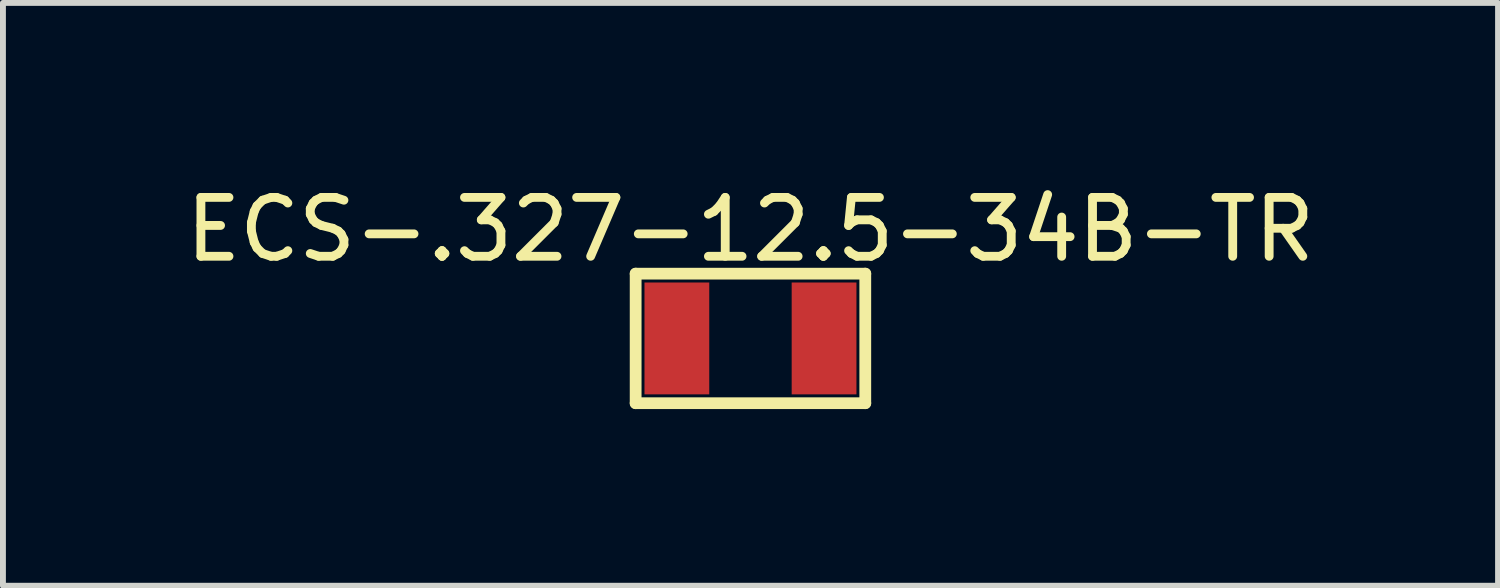
<source format=kicad_pcb>
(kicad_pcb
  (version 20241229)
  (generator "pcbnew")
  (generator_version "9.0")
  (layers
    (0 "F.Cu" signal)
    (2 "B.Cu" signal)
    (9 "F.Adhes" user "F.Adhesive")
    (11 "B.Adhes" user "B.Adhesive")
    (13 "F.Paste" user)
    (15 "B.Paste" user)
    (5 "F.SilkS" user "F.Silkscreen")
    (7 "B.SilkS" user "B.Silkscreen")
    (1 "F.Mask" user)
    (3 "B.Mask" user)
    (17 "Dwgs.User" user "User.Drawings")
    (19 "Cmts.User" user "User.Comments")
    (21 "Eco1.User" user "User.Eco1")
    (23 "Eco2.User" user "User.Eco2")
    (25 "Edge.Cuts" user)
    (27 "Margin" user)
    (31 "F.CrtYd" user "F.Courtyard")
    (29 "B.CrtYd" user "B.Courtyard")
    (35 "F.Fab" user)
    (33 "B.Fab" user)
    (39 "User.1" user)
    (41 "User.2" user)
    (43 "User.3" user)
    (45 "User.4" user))
  (footprint "ECS-.327-12.5-34B-TR"
    (layer "F.Cu")
    (at 9.696 2.698)
    (property "Reference" "ECS-.327-12.5-34B-TR" (at 0 -1.85 0) (layer "F.SilkS") (effects (font (size 1 1) (thickness 0.15))))
    (attr through_hole)
    (fp_line (start -1.95 -1.1) (end -1.95 1.1) (stroke (width 0.2) (type solid)) (layer "F.SilkS"))
    (fp_line (start 1.95 -1.1) (end -1.95 -1.1) (stroke (width 0.2) (type solid)) (layer "F.SilkS"))
    (fp_line (start 1.95 -1.1) (end 1.95 1.1) (stroke (width 0.2) (type solid)) (layer "F.SilkS"))
    (fp_line (start 1.95 1.1) (end -1.95 1.1) (stroke (width 0.2) (type solid)) (layer "F.SilkS"))
    (pad "1" smd rect (at -1.25 0) (size 1.1 1.9) (layers "F.Cu" "F.Mask" "F.Paste"))
    (pad "2" smd rect (at 1.25 0) (size 1.1 1.9) (layers "F.Cu" "F.Mask" "F.Paste")))
  (gr_rect
    (start -3 -3)
    (end 22.393 6.898)
    (stroke (width 0.1) (type default))
    (fill no)
    (layer "Edge.Cuts")))
</source>
